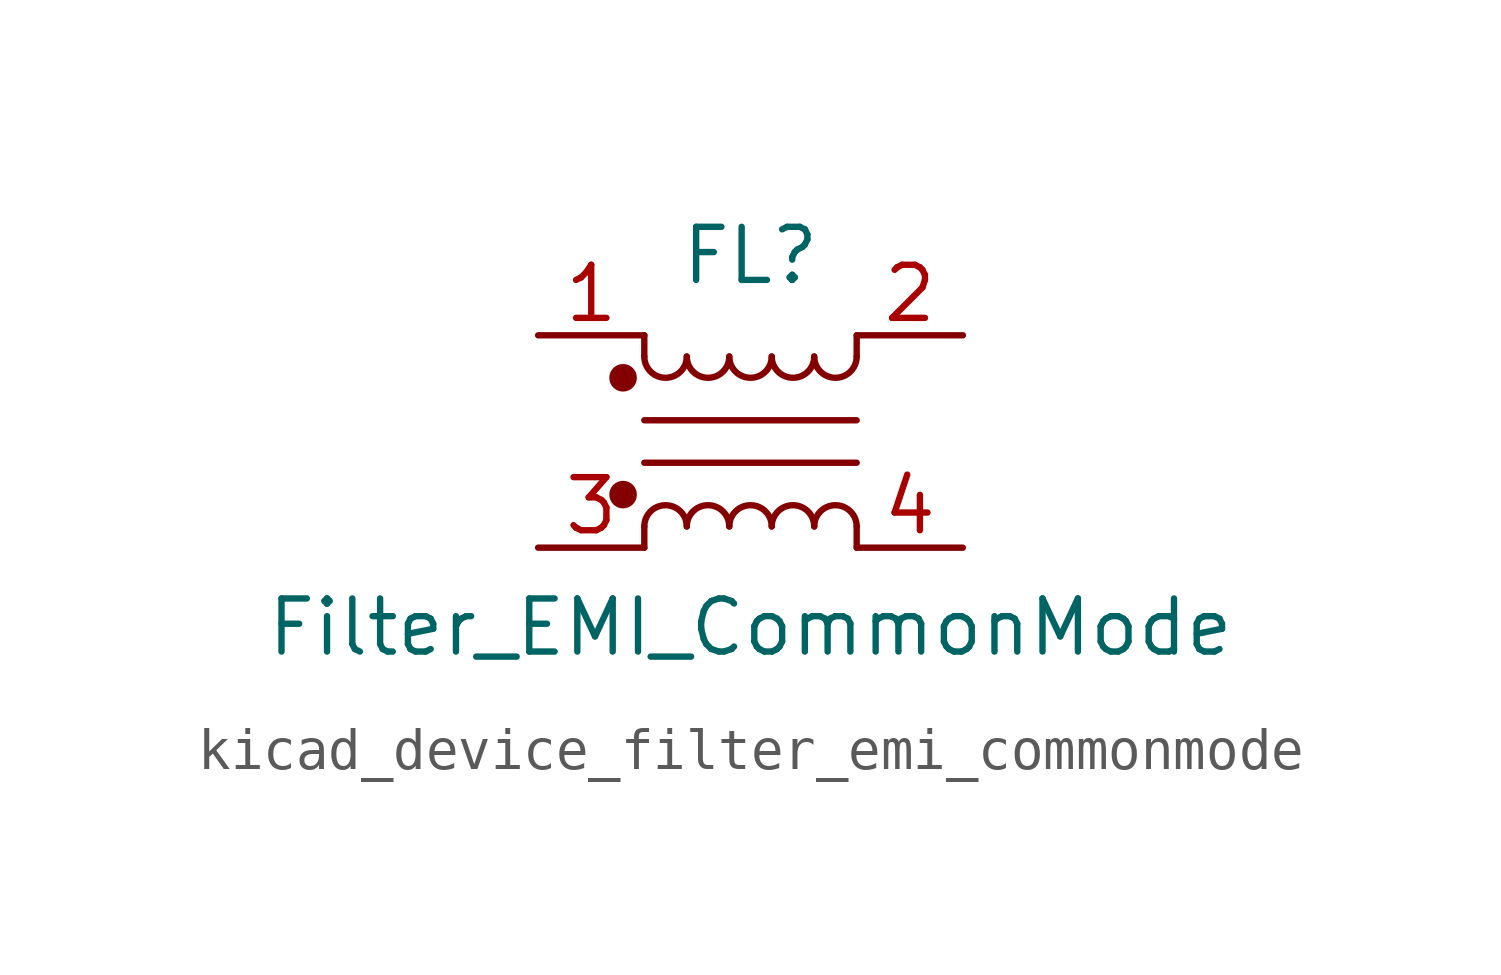
<source format=kicad_sym>
(kicad_symbol_lib
  (version 20220914)
  (generator kicad_symbol_editor)
  (symbol "kicad_device_filter_emi_commonmode"
    (pin_names
      (offset 0.254) hide)
    (property "Reference" "FL"
      (at 0 4.445 0)
      (effects (font (size 1.27 1.27))))
    (property "Value" "Filter_EMI_CommonMode"
      (at 0 -4.445 0)
      (effects (font (size 1.27 1.27))))
    (symbol "kicad_device_filter_emi_commonmode_0_1"
      (circle (center -3.048 -1.27) (radius 0.254) (stroke (width 0) (type default)) (fill (type outline)))
      (circle (center -3.048 1.524) (radius 0.254) (stroke (width 0) (type default)) (fill (type outline)))
      (arc (start -2.54 2.032) (mid -2.032 1.5262) (end -1.524 2.032) (stroke (width 0) (type default)) (fill (type none)))
      (arc (start -1.524 -2.032) (mid -2.032 -1.5262) (end -2.54 -2.032) (stroke (width 0) (type default)) (fill (type none)))
      (arc (start -1.524 2.032) (mid -1.016 1.5262) (end -0.508 2.032) (stroke (width 0) (type default)) (fill (type none)))
      (arc (start -0.508 -2.032) (mid -1.016 -1.5262) (end -1.524 -2.032) (stroke (width 0) (type default)) (fill (type none)))
      (arc (start -0.508 2.032) (mid 0 1.5262) (end 0.508 2.032) (stroke (width 0) (type default)) (fill (type none)))
      (polyline (pts (xy -2.54 -2.032) (xy -2.54 -2.54)) (stroke (width 0) (type default)) (fill (type none)))
      (polyline (pts (xy -2.54 0.508) (xy 2.54 0.508)) (stroke (width 0) (type default)) (fill (type none)))
      (polyline (pts (xy -2.54 2.032) (xy -2.54 2.54)) (stroke (width 0) (type default)) (fill (type none)))
      (polyline (pts (xy 2.54 -2.032) (xy 2.54 -2.54)) (stroke (width 0) (type default)) (fill (type none)))
      (polyline (pts (xy 2.54 -0.508) (xy -2.54 -0.508)) (stroke (width 0) (type default)) (fill (type none)))
      (polyline (pts (xy 2.54 2.54) (xy 2.54 2.032)) (stroke (width 0) (type default)) (fill (type none)))
      (arc (start 0.508 -2.032) (mid 0 -1.5262) (end -0.508 -2.032) (stroke (width 0) (type default)) (fill (type none)))
      (arc (start 0.508 2.032) (mid 1.016 1.5262) (end 1.524 2.032) (stroke (width 0) (type default)) (fill (type none)))
      (arc (start 1.524 -2.032) (mid 1.016 -1.5262) (end 0.508 -2.032) (stroke (width 0) (type default)) (fill (type none)))
      (arc (start 1.524 2.032) (mid 2.032 1.5262) (end 2.54 2.032) (stroke (width 0) (type default)) (fill (type none)))
      (arc (start 2.54 -2.032) (mid 2.032 -1.5262) (end 1.524 -2.032) (stroke (width 0) (type default)) (fill (type none))))
    (symbol "kicad_device_filter_emi_commonmode_1_1"
      (pin passive line (at -5.08 2.54 0) (length 2.54) (name "1" (effects (font (size 1.27 1.27)))) (number "1" (effects (font (size 1.27 1.27)))))
      (pin passive line (at 5.08 2.54 180) (length 2.54) (name "2" (effects (font (size 1.27 1.27)))) (number "2" (effects (font (size 1.27 1.27)))))
      (pin passive line (at -5.08 -2.54 0) (length 2.54) (name "3" (effects (font (size 1.27 1.27)))) (number "3" (effects (font (size 1.27 1.27)))))
      (pin passive line (at 5.08 -2.54 180) (length 2.54) (name "4" (effects (font (size 1.27 1.27)))) (number "4" (effects (font (size 1.27 1.27))))))))
</source>
